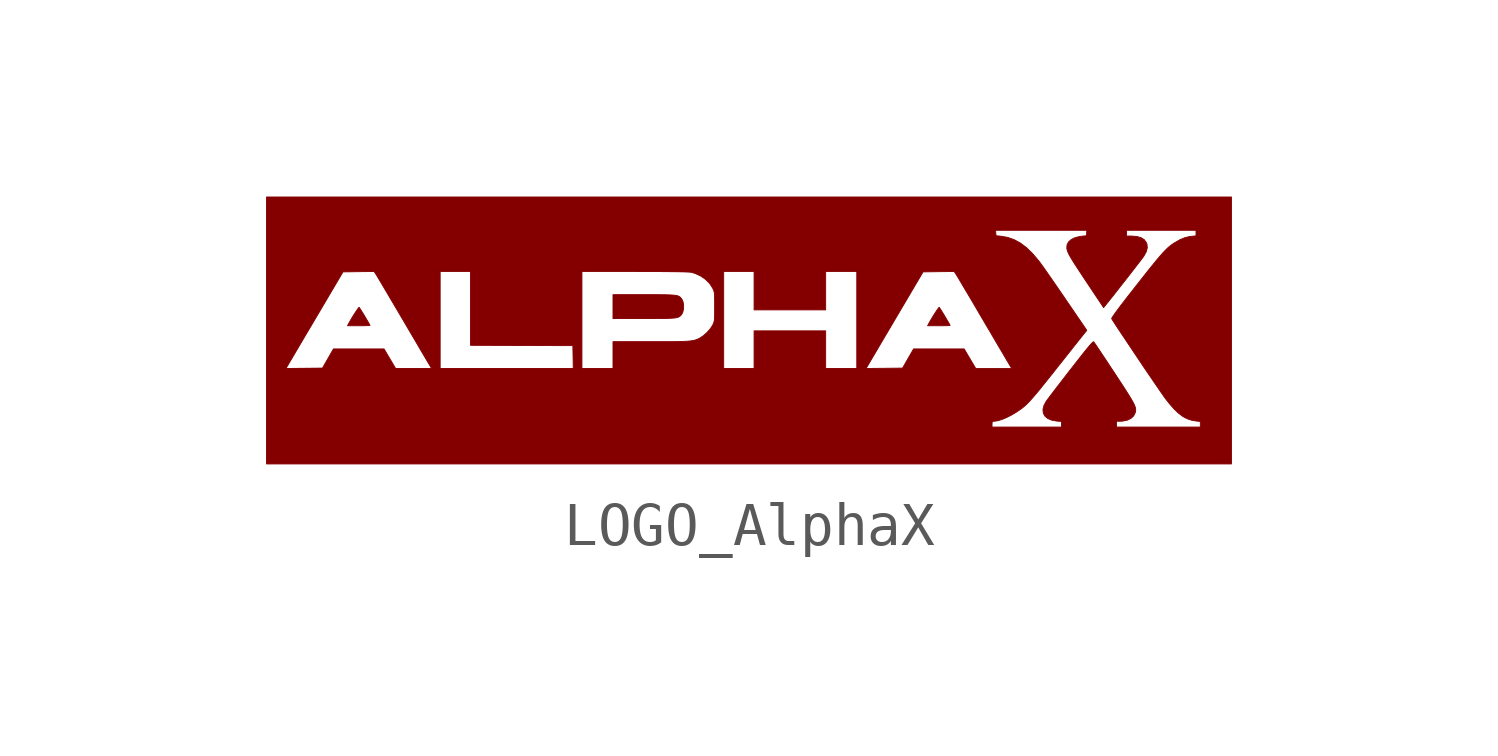
<source format=kicad_sym>
(kicad_symbol_lib
  (version 20211014)
  (generator kicad_symbol_editor)
  (symbol "LOGO_AlphaX"
    (pin_names
      (offset 1.016))
    (property "Reference" "#G"
      (at 0 2.483 0)
      (effects (font (size 1.27 1.27)) hide))
    (symbol "LOGO_AlphaX_0_0"
      (polyline (pts (xy -9.089 0.102) (xy -9.006 0.103) (xy -8.939 0.105) (xy -8.895 0.107) (xy -8.879 0.11) (xy -8.887 0.127) (xy -8.909 0.167) (xy -8.941 0.223) (xy -8.98 0.289) (xy -9.021 0.358) (xy -9.061 0.423) (xy -9.096 0.478) (xy -9.121 0.518) (xy -9.134 0.534) (xy -9.138 0.532) (xy -9.158 0.508) (xy -9.189 0.464) (xy -9.228 0.405) (xy -9.271 0.338) (xy -9.314 0.267) (xy -9.353 0.199) (xy -9.386 0.14) (xy -9.405 0.102) (xy -9.142 0.102) (xy -9.089 0.102)) (stroke (width 0.01) (type default) (color 0 0 0 0)) (fill (type outline)))
      (polyline (pts (xy 4.501 0.102) (xy 4.584 0.103) (xy 4.651 0.105) (xy 4.695 0.107) (xy 4.711 0.11) (xy 4.703 0.127) (xy 4.681 0.167) (xy 4.648 0.223) (xy 4.609 0.289) (xy 4.568 0.358) (xy 4.528 0.423) (xy 4.494 0.478) (xy 4.468 0.518) (xy 4.456 0.534) (xy 4.451 0.532) (xy 4.432 0.508) (xy 4.4 0.464) (xy 4.362 0.405) (xy 4.319 0.338) (xy 4.276 0.267) (xy 4.236 0.199) (xy 4.204 0.14) (xy 4.184 0.102) (xy 4.447 0.102) (xy 4.501 0.102)) (stroke (width 0.01) (type default) (color 0 0 0 0)) (fill (type outline)))
      (polyline (pts (xy -2.12 0.272) (xy -1.992 0.273) (xy -1.887 0.275) (xy -1.805 0.279) (xy -1.741 0.284) (xy -1.692 0.292) (xy -1.656 0.303) (xy -1.629 0.317) (xy -1.608 0.334) (xy -1.589 0.354) (xy -1.571 0.379) (xy -1.55 0.422) (xy -1.533 0.498) (xy -1.532 0.582) (xy -1.544 0.661) (xy -1.571 0.722) (xy -1.589 0.746) (xy -1.607 0.767) (xy -1.628 0.784) (xy -1.654 0.798) (xy -1.69 0.809) (xy -1.738 0.817) (xy -1.802 0.822) (xy -1.883 0.826) (xy -1.986 0.829) (xy -2.114 0.83) (xy -2.269 0.83) (xy -3.186 0.83) (xy -3.186 0.271) (xy -2.277 0.271) (xy -2.12 0.272)) (stroke (width 0.01) (type default) (color 0 0 0 0)) (fill (type outline)))
      (polyline (pts (xy 11.302 3.118) (xy -11.302 3.118) (xy -11.302 -0.899) (xy -10.847 -0.899) (xy -10.816 -0.846) (xy -10.804 -0.825) (xy -10.776 -0.777) (xy -10.733 -0.705) (xy -10.677 -0.61) (xy -10.61 -0.496) (xy -10.532 -0.364) (xy -10.446 -0.218) (xy -10.352 -0.059) (xy -10.252 0.109) (xy -10.148 0.285) (xy -9.511 1.364) (xy -9.147 1.369) (xy -8.782 1.373) (xy -8.782 1.373) (xy -7.235 1.373) (xy -6.524 1.373) (xy -3.914 1.373) (xy -2.678 1.373) (xy -0.593 1.373) (xy 0.119 1.373) (xy 0.119 0.474) (xy 1.796 0.474) (xy 1.796 1.373) (xy 2.525 1.373) (xy 2.525 -0.898) (xy 1.796 -0.898) (xy 1.796 -0.017) (xy 0.119 -0.017) (xy 0.119 -0.898) (xy -0.593 -0.898) (xy -0.593 1.373) (xy -2.678 1.373) (xy -2.489 1.372) (xy -2.236 1.372) (xy -2.016 1.371) (xy -1.828 1.369) (xy -1.672 1.367) (xy -1.547 1.365) (xy -1.453 1.361) (xy -1.388 1.358) (xy -1.352 1.354) (xy -1.257 1.326) (xy -1.131 1.267) (xy -1.016 1.187) (xy -0.921 1.092) (xy -0.853 0.987) (xy -0.841 0.962) (xy -0.828 0.932) (xy -0.818 0.901) (xy -0.812 0.865) (xy -0.808 0.818) (xy -0.806 0.753) (xy -0.805 0.666) (xy -0.805 0.551) (xy -0.805 0.468) (xy -0.805 0.373) (xy -0.807 0.302) (xy -0.81 0.25) (xy -0.816 0.21) (xy -0.824 0.179) (xy -0.836 0.149) (xy -0.852 0.115) (xy -0.859 0.102) (xy -0.914 0.021) (xy -0.989 -0.061) (xy -1.072 -0.134) (xy -1.154 -0.187) (xy -1.175 -0.198) (xy -1.21 -0.214) (xy -1.246 -0.228) (xy -1.285 -0.239) (xy -1.331 -0.248) (xy -1.386 -0.255) (xy -1.454 -0.261) (xy -1.538 -0.265) (xy -1.641 -0.268) (xy -1.765 -0.27) (xy -1.915 -0.271) (xy -2.092 -0.271) (xy -2.3 -0.271) (xy -3.186 -0.271) (xy -3.186 -0.898) (xy -3.914 -0.898) (xy -3.914 1.373) (xy -6.524 1.373) (xy -6.524 -0.356) (xy -5.325 -0.36) (xy -4.126 -0.364) (xy -4.121 -0.631) (xy -4.117 -0.898) (xy -7.235 -0.898) (xy -7.235 1.373) (xy -8.782 1.373) (xy -8.74 1.309) (xy -8.732 1.297) (xy -8.707 1.255) (xy -8.667 1.188) (xy -8.613 1.098) (xy -8.548 0.988) (xy -8.473 0.861) (xy -8.389 0.719) (xy -8.298 0.565) (xy -8.201 0.4) (xy -8.1 0.229) (xy -8.036 0.119) (xy -7.938 -0.047) (xy -7.845 -0.205) (xy -7.759 -0.351) (xy -7.682 -0.483) (xy -7.614 -0.598) (xy -7.557 -0.695) (xy -7.513 -0.769) (xy -7.483 -0.819) (xy -7.469 -0.843) (xy -7.436 -0.898) (xy -8.279 -0.898) (xy -8.414 -0.669) (xy -8.549 -0.441) (xy -9.735 -0.441) (xy -9.863 -0.665) (xy -9.992 -0.89) (xy -10.847 -0.899) (xy 2.743 -0.899) (xy 2.774 -0.846) (xy 2.786 -0.825) (xy 2.814 -0.777) (xy 2.857 -0.705) (xy 2.913 -0.61) (xy 2.98 -0.496) (xy 3.058 -0.364) (xy 3.144 -0.218) (xy 3.238 -0.059) (xy 3.337 0.109) (xy 3.441 0.285) (xy 4.078 1.364) (xy 4.443 1.369) (xy 4.807 1.373) (xy 4.849 1.309) (xy 4.857 1.297) (xy 4.883 1.255) (xy 4.923 1.188) (xy 4.976 1.098) (xy 5.041 0.988) (xy 5.117 0.861) (xy 5.201 0.719) (xy 5.292 0.565) (xy 5.388 0.4) (xy 5.489 0.229) (xy 5.553 0.119) (xy 5.652 -0.047) (xy 5.744 -0.205) (xy 5.83 -0.351) (xy 5.908 -0.483) (xy 5.976 -0.598) (xy 6.032 -0.695) (xy 6.077 -0.769) (xy 6.106 -0.819) (xy 6.12 -0.843) (xy 6.154 -0.898) (xy 5.311 -0.898) (xy 5.041 -0.441) (xy 4.448 -0.441) (xy 3.855 -0.441) (xy 3.726 -0.665) (xy 3.597 -0.89) (xy 2.743 -0.899) (xy -10.847 -0.899) (xy -11.302 -0.899) (xy -11.302 -2.203) (xy 5.693 -2.203) (xy 5.694 -2.187) (xy 5.697 -2.152) (xy 5.712 -2.138) (xy 5.745 -2.135) (xy 5.82 -2.125) (xy 5.919 -2.096) (xy 6.03 -2.05) (xy 6.149 -1.99) (xy 6.269 -1.918) (xy 6.384 -1.839) (xy 6.407 -1.821) (xy 6.448 -1.787) (xy 6.491 -1.749) (xy 6.536 -1.704) (xy 6.588 -1.65) (xy 6.646 -1.584) (xy 6.714 -1.505) (xy 6.793 -1.411) (xy 6.884 -1.298) (xy 6.991 -1.165) (xy 7.115 -1.01) (xy 7.257 -0.83) (xy 7.285 -0.795) (xy 7.391 -0.662) (xy 7.491 -0.535) (xy 7.584 -0.417) (xy 7.667 -0.313) (xy 7.738 -0.223) (xy 7.795 -0.152) (xy 7.835 -0.101) (xy 7.857 -0.075) (xy 7.913 -0.005) (xy 7.411 0.73) (xy 7.388 0.764) (xy 7.288 0.91) (xy 7.191 1.051) (xy 7.099 1.184) (xy 7.015 1.305) (xy 6.94 1.412) (xy 6.878 1.5) (xy 6.829 1.567) (xy 6.798 1.61) (xy 6.784 1.627) (xy 6.64 1.796) (xy 6.499 1.933) (xy 6.357 2.04) (xy 6.211 2.119) (xy 6.06 2.172) (xy 5.901 2.2) (xy 5.787 2.211) (xy 5.781 2.275) (xy 5.776 2.338) (xy 7.915 2.338) (xy 7.91 2.275) (xy 7.905 2.211) (xy 7.786 2.198) (xy 7.752 2.194) (xy 7.639 2.166) (xy 7.55 2.123) (xy 7.486 2.066) (xy 7.45 1.997) (xy 7.445 1.919) (xy 7.448 1.9) (xy 7.456 1.868) (xy 7.468 1.833) (xy 7.487 1.791) (xy 7.513 1.741) (xy 7.549 1.679) (xy 7.595 1.603) (xy 7.655 1.51) (xy 7.729 1.397) (xy 7.818 1.261) (xy 7.925 1.1) (xy 8.307 0.527) (xy 8.412 0.658) (xy 8.465 0.724) (xy 8.543 0.822) (xy 8.628 0.93) (xy 8.717 1.044) (xy 8.808 1.159) (xy 8.897 1.273) (xy 8.982 1.383) (xy 9.06 1.484) (xy 9.129 1.572) (xy 9.184 1.645) (xy 9.225 1.698) (xy 9.247 1.729) (xy 9.255 1.742) (xy 9.309 1.842) (xy 9.331 1.932) (xy 9.322 2.015) (xy 9.31 2.047) (xy 9.262 2.116) (xy 9.188 2.164) (xy 9.087 2.193) (xy 8.96 2.203) (xy 8.845 2.203) (xy 8.845 2.338) (xy 10.472 2.338) (xy 10.472 2.208) (xy 10.362 2.197) (xy 10.322 2.192) (xy 10.209 2.165) (xy 10.092 2.116) (xy 9.963 2.042) (xy 9.945 2.03) (xy 9.905 2.003) (xy 9.866 1.973) (xy 9.825 1.94) (xy 9.783 1.9) (xy 9.735 1.852) (xy 9.682 1.795) (xy 9.621 1.725) (xy 9.551 1.643) (xy 9.471 1.544) (xy 9.377 1.429) (xy 9.27 1.294) (xy 9.147 1.137) (xy 9.006 0.958) (xy 8.846 0.754) (xy 8.781 0.67) (xy 8.702 0.567) (xy 8.633 0.474) (xy 8.575 0.395) (xy 8.531 0.332) (xy 8.504 0.29) (xy 8.495 0.271) (xy 8.501 0.26) (xy 8.524 0.222) (xy 8.563 0.161) (xy 8.616 0.08) (xy 8.681 -0.018) (xy 8.756 -0.131) (xy 8.839 -0.255) (xy 8.928 -0.388) (xy 9.021 -0.527) (xy 9.116 -0.669) (xy 9.211 -0.811) (xy 9.305 -0.95) (xy 9.396 -1.083) (xy 9.481 -1.208) (xy 9.559 -1.322) (xy 9.627 -1.421) (xy 9.684 -1.503) (xy 9.727 -1.565) (xy 9.756 -1.605) (xy 9.847 -1.72) (xy 9.957 -1.846) (xy 10.06 -1.945) (xy 10.16 -2.021) (xy 10.26 -2.075) (xy 10.363 -2.11) (xy 10.473 -2.129) (xy 10.573 -2.14) (xy 10.573 -2.271) (xy 8.608 -2.271) (xy 8.608 -2.135) (xy 8.697 -2.135) (xy 8.751 -2.132) (xy 8.858 -2.111) (xy 8.945 -2.07) (xy 9.01 -2.011) (xy 9.047 -1.936) (xy 9.05 -1.928) (xy 9.056 -1.898) (xy 9.059 -1.868) (xy 9.056 -1.835) (xy 9.046 -1.797) (xy 9.028 -1.751) (xy 9.001 -1.696) (xy 8.962 -1.627) (xy 8.912 -1.544) (xy 8.848 -1.442) (xy 8.77 -1.32) (xy 8.675 -1.175) (xy 8.563 -1.004) (xy 8.546 -0.978) (xy 8.454 -0.84) (xy 8.369 -0.71) (xy 8.29 -0.593) (xy 8.222 -0.489) (xy 8.164 -0.403) (xy 8.119 -0.336) (xy 8.089 -0.293) (xy 8.076 -0.275) (xy 8.072 -0.273) (xy 8.059 -0.278) (xy 8.039 -0.296) (xy 8.009 -0.328) (xy 7.968 -0.375) (xy 7.914 -0.44) (xy 7.845 -0.525) (xy 7.761 -0.631) (xy 7.66 -0.76) (xy 7.539 -0.915) (xy 7.533 -0.922) (xy 7.429 -1.056) (xy 7.33 -1.185) (xy 7.238 -1.304) (xy 7.154 -1.413) (xy 7.083 -1.506) (xy 7.025 -1.583) (xy 6.984 -1.638) (xy 6.961 -1.67) (xy 6.91 -1.765) (xy 6.886 -1.859) (xy 6.894 -1.942) (xy 6.931 -2.013) (xy 6.997 -2.07) (xy 7.091 -2.11) (xy 7.21 -2.131) (xy 7.32 -2.14) (xy 7.32 -2.271) (xy 5.693 -2.271) (xy 5.693 -2.203) (xy -11.302 -2.203) (xy -11.302 -3.135) (xy 11.302 -3.135) (xy 11.302 3.118)) (stroke (width 0.01) (type default) (color 0 0 0 0)) (fill (type outline))))))
</source>
